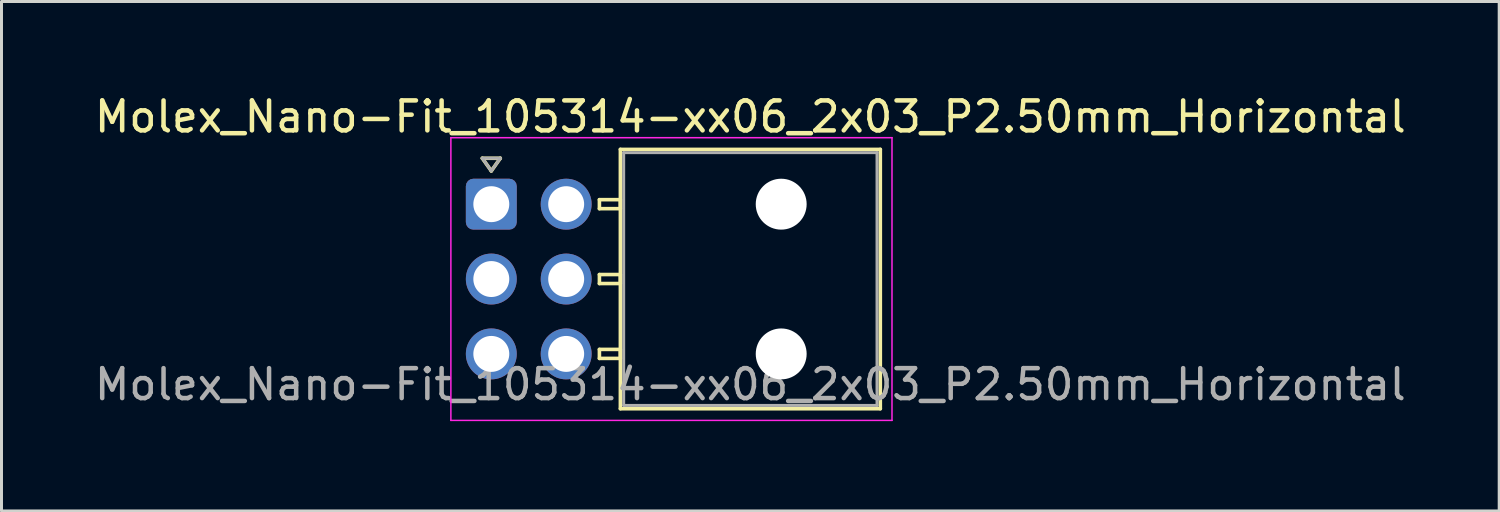
<source format=kicad_pcb>
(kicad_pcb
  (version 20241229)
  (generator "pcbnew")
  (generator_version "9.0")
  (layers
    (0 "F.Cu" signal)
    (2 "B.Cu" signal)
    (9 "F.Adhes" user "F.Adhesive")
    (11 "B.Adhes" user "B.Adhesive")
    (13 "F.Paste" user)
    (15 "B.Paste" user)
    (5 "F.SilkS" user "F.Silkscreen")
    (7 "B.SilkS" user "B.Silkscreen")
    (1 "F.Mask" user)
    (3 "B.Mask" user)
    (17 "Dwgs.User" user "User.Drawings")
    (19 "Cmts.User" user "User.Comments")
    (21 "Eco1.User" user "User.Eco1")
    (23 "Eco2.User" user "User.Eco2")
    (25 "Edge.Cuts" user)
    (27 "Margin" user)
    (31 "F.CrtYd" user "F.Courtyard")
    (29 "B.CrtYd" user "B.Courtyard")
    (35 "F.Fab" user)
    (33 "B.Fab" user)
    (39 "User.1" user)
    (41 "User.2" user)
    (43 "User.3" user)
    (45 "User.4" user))
  (footprint "Molex_Nano-Fit_105314-xx06_2x03_P2.50mm_Horizontal"
    (layer "F.Cu")
    (at 13.356 3.768)
    (property "Reference" "Molex_Nano-Fit_105314-xx06_2x03_P2.50mm_Horizontal" (at 8.65 -2.92 0) (layer "F.SilkS") (effects (font (size 1 1) (thickness 0.15))))
    (attr through_hole)
    (fp_line (start -0.3 -1.534) (end 0 -1.11) (stroke (width 0.12) (type solid)) (layer "F.SilkS"))
    (fp_line (start 0 -1.11) (end 0.3 -1.534) (stroke (width 0.12) (type solid)) (layer "F.SilkS"))
    (fp_line (start 0.3 -1.534) (end -0.3 -1.534) (stroke (width 0.12) (type solid)) (layer "F.SilkS"))
    (fp_line (start 3.61 -0.15) (end 3.61 0.15) (stroke (width 0.12) (type solid)) (layer "F.SilkS"))
    (fp_line (start 3.61 0.15) (end 4.31 0.15) (stroke (width 0.12) (type solid)) (layer "F.SilkS"))
    (fp_line (start 3.61 2.35) (end 3.61 2.65) (stroke (width 0.12) (type solid)) (layer "F.SilkS"))
    (fp_line (start 3.61 2.65) (end 4.31 2.65) (stroke (width 0.12) (type solid)) (layer "F.SilkS"))
    (fp_line (start 3.61 4.85) (end 3.61 5.15) (stroke (width 0.12) (type solid)) (layer "F.SilkS"))
    (fp_line (start 3.61 5.15) (end 4.31 5.15) (stroke (width 0.12) (type solid)) (layer "F.SilkS"))
    (fp_line (start 4.31 -1.83) (end 4.31 6.83) (stroke (width 0.12) (type solid)) (layer "F.SilkS"))
    (fp_line (start 4.31 -0.15) (end 3.61 -0.15) (stroke (width 0.12) (type solid)) (layer "F.SilkS"))
    (fp_line (start 4.31 0.15) (end 4.31 -0.15) (stroke (width 0.12) (type solid)) (layer "F.SilkS"))
    (fp_line (start 4.31 2.35) (end 3.61 2.35) (stroke (width 0.12) (type solid)) (layer "F.SilkS"))
    (fp_line (start 4.31 2.65) (end 4.31 2.35) (stroke (width 0.12) (type solid)) (layer "F.SilkS"))
    (fp_line (start 4.31 4.85) (end 3.61 4.85) (stroke (width 0.12) (type solid)) (layer "F.SilkS"))
    (fp_line (start 4.31 5.15) (end 4.31 4.85) (stroke (width 0.12) (type solid)) (layer "F.SilkS"))
    (fp_line (start 4.31 6.83) (end 12.99 6.83) (stroke (width 0.12) (type solid)) (layer "F.SilkS"))
    (fp_line (start 12.99 -1.83) (end 4.31 -1.83) (stroke (width 0.12) (type solid)) (layer "F.SilkS"))
    (fp_line (start 12.99 6.83) (end 12.99 -1.83) (stroke (width 0.12) (type solid)) (layer "F.SilkS"))
    (fp_line (start -1.35 -2.22) (end -1.35 7.22) (stroke (width 0.05) (type solid)) (layer "F.CrtYd"))
    (fp_line (start -1.35 7.22) (end 13.38 7.22) (stroke (width 0.05) (type solid)) (layer "F.CrtYd"))
    (fp_line (start 13.38 -2.22) (end -1.35 -2.22) (stroke (width 0.05) (type solid)) (layer "F.CrtYd"))
    (fp_line (start 13.38 7.22) (end 13.38 -2.22) (stroke (width 0.05) (type solid)) (layer "F.CrtYd"))
    (fp_line (start -0.3 -1.534) (end 0 -1.11) (stroke (width 0.1) (type solid)) (layer "F.Fab"))
    (fp_line (start 0 -1.11) (end 0.3 -1.534) (stroke (width 0.1) (type solid)) (layer "F.Fab"))
    (fp_line (start 0.3 -1.534) (end -0.3 -1.534) (stroke (width 0.1) (type solid)) (layer "F.Fab"))
    (fp_line (start 4.42 -1.72) (end 4.42 6.72) (stroke (width 0.1) (type solid)) (layer "F.Fab"))
    (fp_line (start 4.42 6.72) (end 12.88 6.72) (stroke (width 0.1) (type solid)) (layer "F.Fab"))
    (fp_line (start 12.88 -1.72) (end 4.42 -1.72) (stroke (width 0.1) (type solid)) (layer "F.Fab"))
    (fp_line (start 12.88 6.72) (end 12.88 -1.72) (stroke (width 0.1) (type solid)) (layer "F.Fab"))
    (fp_text user "${REFERENCE}" (at 8.65 6.02 0) (layer "F.Fab") (effects (font (size 1 1) (thickness 0.15))))
    (pad "" np_thru_hole circle (at 9.68 0) (size 1.7 1.7) (drill 1.7) (layers "*.Cu" "*.Mask"))
    (pad "" np_thru_hole circle (at 9.68 5) (size 1.7 1.7) (drill 1.7) (layers "*.Cu" "*.Mask"))
    (pad "1" thru_hole roundrect (at 0 0) (size 1.7 1.7) (drill 1.2) (layers "*.Cu" "*.Mask") (roundrect_rratio 0.147))
    (pad "2" thru_hole circle (at 0 2.5) (size 1.7 1.7) (drill 1.2) (layers "*.Cu" "*.Mask"))
    (pad "3" thru_hole circle (at 0 5) (size 1.7 1.7) (drill 1.2) (layers "*.Cu" "*.Mask"))
    (pad "4" thru_hole circle (at 2.5 0) (size 1.7 1.7) (drill 1.2) (layers "*.Cu" "*.Mask"))
    (pad "5" thru_hole circle (at 2.5 2.5) (size 1.7 1.7) (drill 1.2) (layers "*.Cu" "*.Mask"))
    (pad "6" thru_hole circle (at 2.5 5) (size 1.7 1.7) (drill 1.2) (layers "*.Cu" "*.Mask")))
  (gr_rect
    (start -3 -3)
    (end 47.012 14.013)
    (stroke (width 0.1) (type default))
    (fill no)
    (layer "Edge.Cuts")))
</source>
